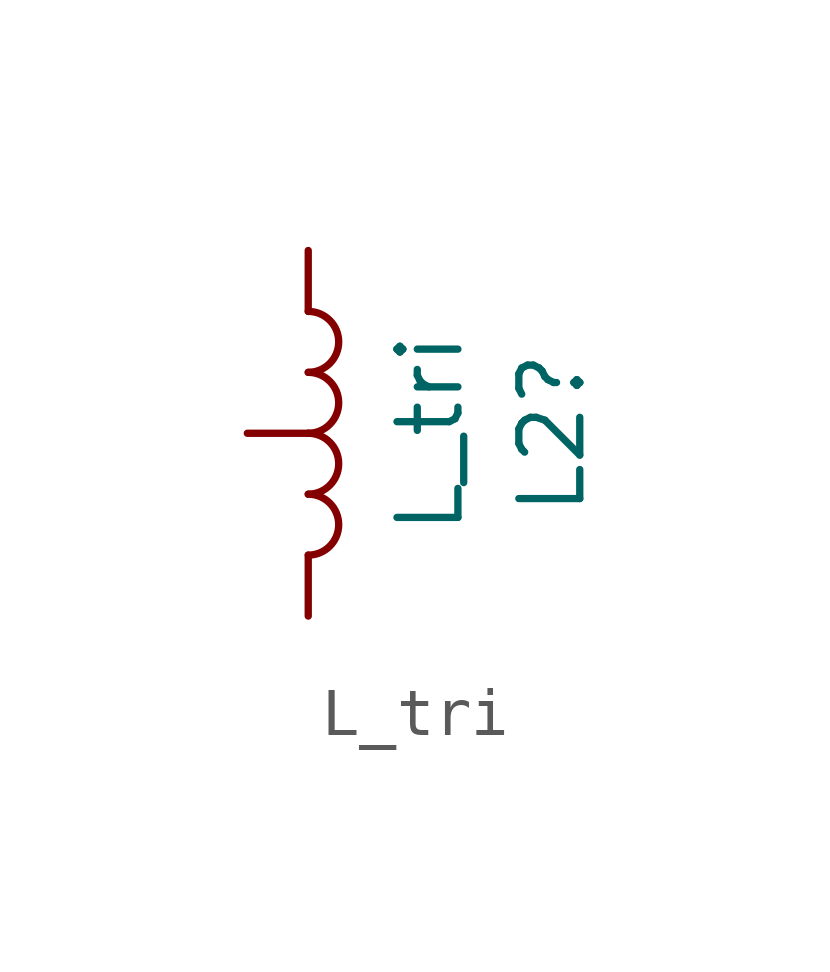
<source format=kicad_sym>
(kicad_symbol_lib
  (version 20241209)
  (generator "kicad_symbol_editor")
  (generator_version "9.0")
  (symbol "L_tri"
    (pin_numbers
      (hide yes))
    (pin_names
      (offset 1.016)
      (hide yes))
    (property "Reference" "L2"
      (at 5.08 0 90)
      (effects (font (size 1.27 1.27))))
    (property "Value" "L_tri"
      (at 2.54 0 90)
      (effects (font (size 1.27 1.27))))
    (symbol "L_tri_0_1"
      (arc (start 0 2.54) (mid 0.6323 1.905) (end 0 1.27) (stroke (width 0) (type default)) (fill (type none)))
      (arc (start 0 1.27) (mid 0.6323 0.635) (end 0 0) (stroke (width 0) (type default)) (fill (type none)))
      (arc (start 0 0) (mid 0.6323 -0.635) (end 0 -1.27) (stroke (width 0) (type default)) (fill (type none)))
      (arc (start 0 -1.27) (mid 0.6323 -1.905) (end 0 -2.54) (stroke (width 0) (type default)) (fill (type none))))
    (symbol "L_tri_1_1"
      (pin passive line (at -1.27 0 0) (length 1.27) (name "2" (effects (font (size 1.27 1.27)))) (number "2" (effects (font (size 1.27 1.27)))))
      (pin passive line (at 0 3.81 270) (length 1.27) (name "1" (effects (font (size 1.27 1.27)))) (number "1" (effects (font (size 1.27 1.27)))))
      (pin passive line (at 0 -3.81 90) (length 1.27) (name "3" (effects (font (size 1.27 1.27)))) (number "3" (effects (font (size 1.27 1.27))))))))
</source>
